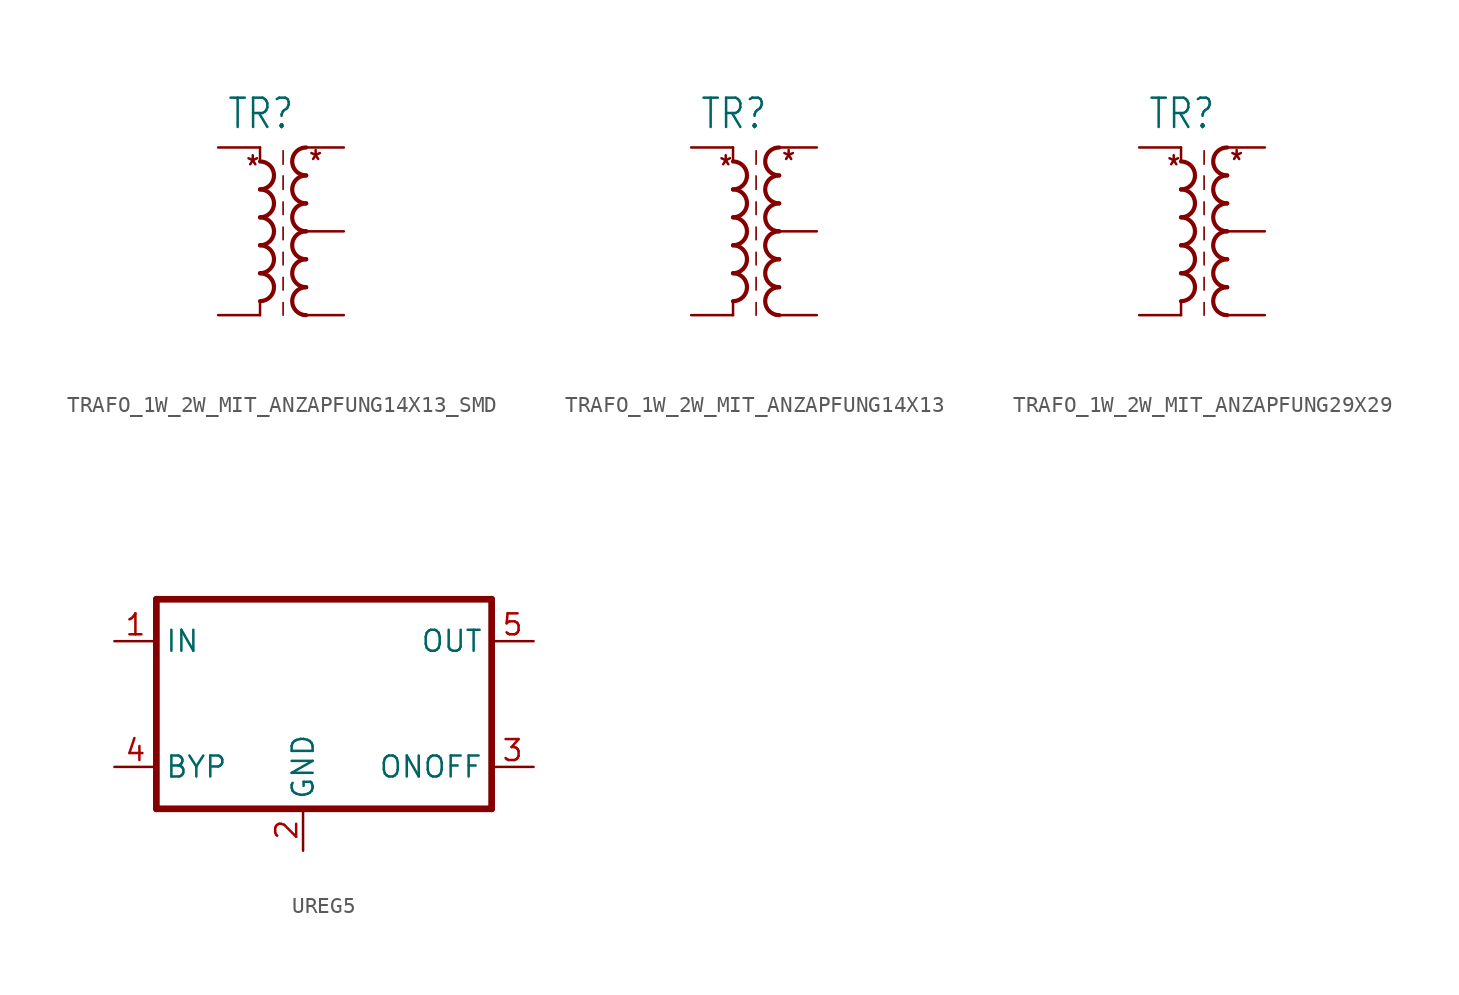
<source format=kicad_sym>
(kicad_symbol_lib
  (version 20231120)
  (generator "kicad_symbol_editor")
  (generator_version "8.0")
  (symbol "TRAFO_1W_2W_MIT_ANZAPFUNG14X13_SMD"
    (property "Reference" "TR"
      (at -4.572 6.096 0)
      (effects (font (size 1.778 1.511)) (justify left bottom)))
    (property "Value" ""
      (at -4.572 -7.874 0)
      (effects (font (size 1.778 1.511)) (justify left bottom)))
    (property "ki_locked" ""
      (at 0 0 0)
      (effects (font (size 1.27 1.27))))
    (symbol "TRAFO_1W_2W_MIT_ANZAPFUNG14X13_SMD_1_0"
      (arc (start -2.54 -4.2334) (mid -1.6933 -3.3867) (end -2.54 -2.54) (stroke (width 0.254) (type solid)) (fill (type none)))
      (arc (start -2.54 -2.54) (mid -1.6933 -1.6933) (end -2.54 -0.8466) (stroke (width 0.254) (type solid)) (fill (type none)))
      (arc (start -2.54 -0.8466) (mid -1.6934 0) (end -2.54 0.8466) (stroke (width 0.254) (type solid)) (fill (type none)))
      (arc (start -2.54 0.8466) (mid -1.6933 1.6933) (end -2.54 2.54) (stroke (width 0.254) (type solid)) (fill (type none)))
      (arc (start -2.54 2.54) (mid -1.6933 3.3867) (end -2.54 4.2334) (stroke (width 0.254) (type solid)) (fill (type none)))
      (polyline (pts (xy -2.54 -4.318) (xy -2.54 -5.08)) (stroke (width 0.152) (type solid)) (fill (type none)))
      (polyline (pts (xy -2.54 5.08) (xy -2.54 4.318)) (stroke (width 0.152) (type solid)) (fill (type none)))
      (polyline (pts (xy -1.143 -5.08) (xy -1.143 -4.318)) (stroke (width 0.102) (type solid)) (fill (type none)))
      (polyline (pts (xy -1.143 -3.556) (xy -1.143 -2.794)) (stroke (width 0.102) (type solid)) (fill (type none)))
      (polyline (pts (xy -1.143 -2.032) (xy -1.143 -1.27)) (stroke (width 0.102) (type solid)) (fill (type none)))
      (polyline (pts (xy -1.143 -0.508) (xy -1.143 0.254)) (stroke (width 0.102) (type solid)) (fill (type none)))
      (polyline (pts (xy -1.143 1.016) (xy -1.143 1.778)) (stroke (width 0.102) (type solid)) (fill (type none)))
      (polyline (pts (xy -1.143 2.54) (xy -1.143 3.356)) (stroke (width 0.102) (type solid)) (fill (type none)))
      (polyline (pts (xy -1.143 4.064) (xy -1.143 4.88)) (stroke (width 0.102) (type solid)) (fill (type none)))
      (arc (start 0.254 -3.3866) (mid -0.5927 -4.2333) (end 0.254 -5.08) (stroke (width 0.254) (type solid)) (fill (type none)))
      (arc (start 0.254 -1.6934) (mid -0.5926 -2.54) (end 0.254 -3.3866) (stroke (width 0.254) (type solid)) (fill (type none)))
      (arc (start 0.254 0) (mid -0.5927 -0.8467) (end 0.254 -1.6934) (stroke (width 0.254) (type solid)) (fill (type none)))
      (arc (start 0.254 1.6934) (mid -0.5927 0.8467) (end 0.254 0) (stroke (width 0.254) (type solid)) (fill (type none)))
      (arc (start 0.254 3.3866) (mid -0.5927 2.5399) (end 0.254 1.6932) (stroke (width 0.254) (type solid)) (fill (type none)))
      (arc (start 0.254 5.08) (mid -0.5927 4.2333) (end 0.254 3.3866) (stroke (width 0.254) (type solid)) (fill (type none)))
      (text "*" (at -3.493 3.175 0) (effects (font (size 1.27 1.079)) (justify left bottom)))
      (text "*" (at 0.318 3.493 0) (effects (font (size 1.27 1.079)) (justify left bottom)))
      (pin passive line (at -5.08 5.08 0) (length 2.54) (name "P1" (effects (font (size 0 0)))) (number "P1" (effects (font (size 0 0)))))
      (pin passive line (at -5.08 -5.08 0) (length 2.54) (name "P2" (effects (font (size 0 0)))) (number "P2" (effects (font (size 0 0)))))
      (pin passive line (at 2.54 5.08 180) (length 2.54) (name "S1" (effects (font (size 0 0)))) (number "S1" (effects (font (size 0 0)))))
      (pin passive line (at 2.54 -5.08 180) (length 2.54) (name "S2" (effects (font (size 0 0)))) (number "S2" (effects (font (size 0 0)))))
      (pin passive line (at 2.54 0 180) (length 2.54) (name "SM" (effects (font (size 0 0)))) (number "SM" (effects (font (size 0 0)))))))
  (symbol "TRAFO_1W_2W_MIT_ANZAPFUNG14X13"
    (property "Reference" "TR"
      (at -4.572 6.096 0)
      (effects (font (size 1.778 1.511)) (justify left bottom)))
    (property "Value" ""
      (at -4.572 -7.874 0)
      (effects (font (size 1.778 1.511)) (justify left bottom)))
    (property "ki_locked" ""
      (at 0 0 0)
      (effects (font (size 1.27 1.27))))
    (symbol "TRAFO_1W_2W_MIT_ANZAPFUNG14X13_1_0"
      (arc (start -2.54 -4.2334) (mid -1.6933 -3.3867) (end -2.54 -2.54) (stroke (width 0.254) (type solid)) (fill (type none)))
      (arc (start -2.54 -2.54) (mid -1.6933 -1.6933) (end -2.54 -0.8466) (stroke (width 0.254) (type solid)) (fill (type none)))
      (arc (start -2.54 -0.8466) (mid -1.6934 0) (end -2.54 0.8466) (stroke (width 0.254) (type solid)) (fill (type none)))
      (arc (start -2.54 0.8466) (mid -1.6933 1.6933) (end -2.54 2.54) (stroke (width 0.254) (type solid)) (fill (type none)))
      (arc (start -2.54 2.54) (mid -1.6933 3.3867) (end -2.54 4.2334) (stroke (width 0.254) (type solid)) (fill (type none)))
      (polyline (pts (xy -2.54 -4.318) (xy -2.54 -5.08)) (stroke (width 0.152) (type solid)) (fill (type none)))
      (polyline (pts (xy -2.54 5.08) (xy -2.54 4.318)) (stroke (width 0.152) (type solid)) (fill (type none)))
      (polyline (pts (xy -1.143 -5.08) (xy -1.143 -4.318)) (stroke (width 0.102) (type solid)) (fill (type none)))
      (polyline (pts (xy -1.143 -3.556) (xy -1.143 -2.794)) (stroke (width 0.102) (type solid)) (fill (type none)))
      (polyline (pts (xy -1.143 -2.032) (xy -1.143 -1.27)) (stroke (width 0.102) (type solid)) (fill (type none)))
      (polyline (pts (xy -1.143 -0.508) (xy -1.143 0.254)) (stroke (width 0.102) (type solid)) (fill (type none)))
      (polyline (pts (xy -1.143 1.016) (xy -1.143 1.778)) (stroke (width 0.102) (type solid)) (fill (type none)))
      (polyline (pts (xy -1.143 2.54) (xy -1.143 3.356)) (stroke (width 0.102) (type solid)) (fill (type none)))
      (polyline (pts (xy -1.143 4.064) (xy -1.143 4.88)) (stroke (width 0.102) (type solid)) (fill (type none)))
      (arc (start 0.254 -3.3866) (mid -0.5927 -4.2333) (end 0.254 -5.08) (stroke (width 0.254) (type solid)) (fill (type none)))
      (arc (start 0.254 -1.6934) (mid -0.5926 -2.54) (end 0.254 -3.3866) (stroke (width 0.254) (type solid)) (fill (type none)))
      (arc (start 0.254 0) (mid -0.5927 -0.8467) (end 0.254 -1.6934) (stroke (width 0.254) (type solid)) (fill (type none)))
      (arc (start 0.254 1.6934) (mid -0.5927 0.8467) (end 0.254 0) (stroke (width 0.254) (type solid)) (fill (type none)))
      (arc (start 0.254 3.3866) (mid -0.5927 2.5399) (end 0.254 1.6932) (stroke (width 0.254) (type solid)) (fill (type none)))
      (arc (start 0.254 5.08) (mid -0.5927 4.2333) (end 0.254 3.3866) (stroke (width 0.254) (type solid)) (fill (type none)))
      (text "*" (at -3.493 3.175 0) (effects (font (size 1.27 1.079)) (justify left bottom)))
      (text "*" (at 0.318 3.493 0) (effects (font (size 1.27 1.079)) (justify left bottom)))
      (pin passive line (at -5.08 5.08 0) (length 2.54) (name "P1" (effects (font (size 0 0)))) (number "P1" (effects (font (size 0 0)))))
      (pin passive line (at -5.08 -5.08 0) (length 2.54) (name "P2" (effects (font (size 0 0)))) (number "P2" (effects (font (size 0 0)))))
      (pin passive line (at 2.54 5.08 180) (length 2.54) (name "S1" (effects (font (size 0 0)))) (number "S1" (effects (font (size 0 0)))))
      (pin passive line (at 2.54 -5.08 180) (length 2.54) (name "S2" (effects (font (size 0 0)))) (number "S2" (effects (font (size 0 0)))))
      (pin passive line (at 2.54 0 180) (length 2.54) (name "SM" (effects (font (size 0 0)))) (number "SM" (effects (font (size 0 0)))))))
  (symbol "TRAFO_1W_2W_MIT_ANZAPFUNG29X29"
    (property "Reference" "TR"
      (at -4.572 6.096 0)
      (effects (font (size 1.778 1.511)) (justify left bottom)))
    (property "Value" ""
      (at -4.572 -7.874 0)
      (effects (font (size 1.778 1.511)) (justify left bottom)))
    (property "ki_locked" ""
      (at 0 0 0)
      (effects (font (size 1.27 1.27))))
    (symbol "TRAFO_1W_2W_MIT_ANZAPFUNG29X29_1_0"
      (arc (start -2.54 -4.2334) (mid -1.6933 -3.3867) (end -2.54 -2.54) (stroke (width 0.254) (type solid)) (fill (type none)))
      (arc (start -2.54 -2.54) (mid -1.6933 -1.6933) (end -2.54 -0.8466) (stroke (width 0.254) (type solid)) (fill (type none)))
      (arc (start -2.54 -0.8466) (mid -1.6934 0) (end -2.54 0.8466) (stroke (width 0.254) (type solid)) (fill (type none)))
      (arc (start -2.54 0.8466) (mid -1.6933 1.6933) (end -2.54 2.54) (stroke (width 0.254) (type solid)) (fill (type none)))
      (arc (start -2.54 2.54) (mid -1.6933 3.3867) (end -2.54 4.2334) (stroke (width 0.254) (type solid)) (fill (type none)))
      (polyline (pts (xy -2.54 -4.318) (xy -2.54 -5.08)) (stroke (width 0.152) (type solid)) (fill (type none)))
      (polyline (pts (xy -2.54 5.08) (xy -2.54 4.318)) (stroke (width 0.152) (type solid)) (fill (type none)))
      (polyline (pts (xy -1.143 -5.08) (xy -1.143 -4.318)) (stroke (width 0.102) (type solid)) (fill (type none)))
      (polyline (pts (xy -1.143 -3.556) (xy -1.143 -2.794)) (stroke (width 0.102) (type solid)) (fill (type none)))
      (polyline (pts (xy -1.143 -2.032) (xy -1.143 -1.27)) (stroke (width 0.102) (type solid)) (fill (type none)))
      (polyline (pts (xy -1.143 -0.508) (xy -1.143 0.254)) (stroke (width 0.102) (type solid)) (fill (type none)))
      (polyline (pts (xy -1.143 1.016) (xy -1.143 1.778)) (stroke (width 0.102) (type solid)) (fill (type none)))
      (polyline (pts (xy -1.143 2.54) (xy -1.143 3.356)) (stroke (width 0.102) (type solid)) (fill (type none)))
      (polyline (pts (xy -1.143 4.064) (xy -1.143 4.88)) (stroke (width 0.102) (type solid)) (fill (type none)))
      (arc (start 0.254 -3.3866) (mid -0.5927 -4.2333) (end 0.254 -5.08) (stroke (width 0.254) (type solid)) (fill (type none)))
      (arc (start 0.254 -1.6934) (mid -0.5926 -2.54) (end 0.254 -3.3866) (stroke (width 0.254) (type solid)) (fill (type none)))
      (arc (start 0.254 0) (mid -0.5927 -0.8467) (end 0.254 -1.6934) (stroke (width 0.254) (type solid)) (fill (type none)))
      (arc (start 0.254 1.6934) (mid -0.5927 0.8467) (end 0.254 0) (stroke (width 0.254) (type solid)) (fill (type none)))
      (arc (start 0.254 3.3866) (mid -0.5927 2.5399) (end 0.254 1.6932) (stroke (width 0.254) (type solid)) (fill (type none)))
      (arc (start 0.254 5.08) (mid -0.5927 4.2333) (end 0.254 3.3866) (stroke (width 0.254) (type solid)) (fill (type none)))
      (text "*" (at -3.493 3.175 0) (effects (font (size 1.27 1.079)) (justify left bottom)))
      (text "*" (at 0.318 3.493 0) (effects (font (size 1.27 1.079)) (justify left bottom)))
      (pin passive line (at -5.08 5.08 0) (length 2.54) (name "P1" (effects (font (size 0 0)))) (number "P1" (effects (font (size 0 0)))))
      (pin passive line (at -5.08 -5.08 0) (length 2.54) (name "P2" (effects (font (size 0 0)))) (number "P2" (effects (font (size 0 0)))))
      (pin passive line (at 2.54 5.08 180) (length 2.54) (name "S1" (effects (font (size 0 0)))) (number "S1" (effects (font (size 0 0)))))
      (pin passive line (at 2.54 -5.08 180) (length 2.54) (name "S2" (effects (font (size 0 0)))) (number "S2" (effects (font (size 0 0)))))
      (pin passive line (at 2.54 0 180) (length 2.54) (name "SM" (effects (font (size 0 0)))) (number "SM" (effects (font (size 0 0)))))))
  (symbol "UREG5"
    (property "Reference" ""
      (at -5.08 8.89 0)
      (effects (font (size 1.778 1.511)) (justify left bottom) (hide yes)))
    (property "Value" ""
      (at -5.08 11.43 0)
      (effects (font (size 1.778 1.511)) (justify left bottom)))
    (property "ki_locked" ""
      (at 0 0 0)
      (effects (font (size 1.27 1.27))))
    (symbol "UREG5_1_0"
      (polyline (pts (xy -10.16 -5.08) (xy 10.16 -5.08)) (stroke (width 0.406) (type solid)) (fill (type none)))
      (polyline (pts (xy -10.16 7.62) (xy -10.16 -5.08)) (stroke (width 0.406) (type solid)) (fill (type none)))
      (polyline (pts (xy 10.16 -5.08) (xy 10.16 7.62)) (stroke (width 0.406) (type solid)) (fill (type none)))
      (polyline (pts (xy 10.16 7.62) (xy -10.16 7.62)) (stroke (width 0.406) (type solid)) (fill (type none)))
      (pin input line (at -12.7 5.08 0) (length 2.54) (name "IN" (effects (font (size 1.27 1.27)))) (number "1" (effects (font (size 1.27 1.27)))))
      (pin power_in line (at -1.27 -7.62 90) (length 2.54) (name "GND" (effects (font (size 1.27 1.27)))) (number "2" (effects (font (size 1.27 1.27)))))
      (pin power_in line (at 12.7 -2.54 180) (length 2.54) (name "ONOFF" (effects (font (size 1.27 1.27)))) (number "3" (effects (font (size 1.27 1.27)))))
      (pin power_in line (at -12.7 -2.54 0) (length 2.54) (name "BYP" (effects (font (size 1.27 1.27)))) (number "4" (effects (font (size 1.27 1.27)))))
      (pin output line (at 12.7 5.08 180) (length 2.54) (name "OUT" (effects (font (size 1.27 1.27)))) (number "5" (effects (font (size 1.27 1.27))))))))
</source>
